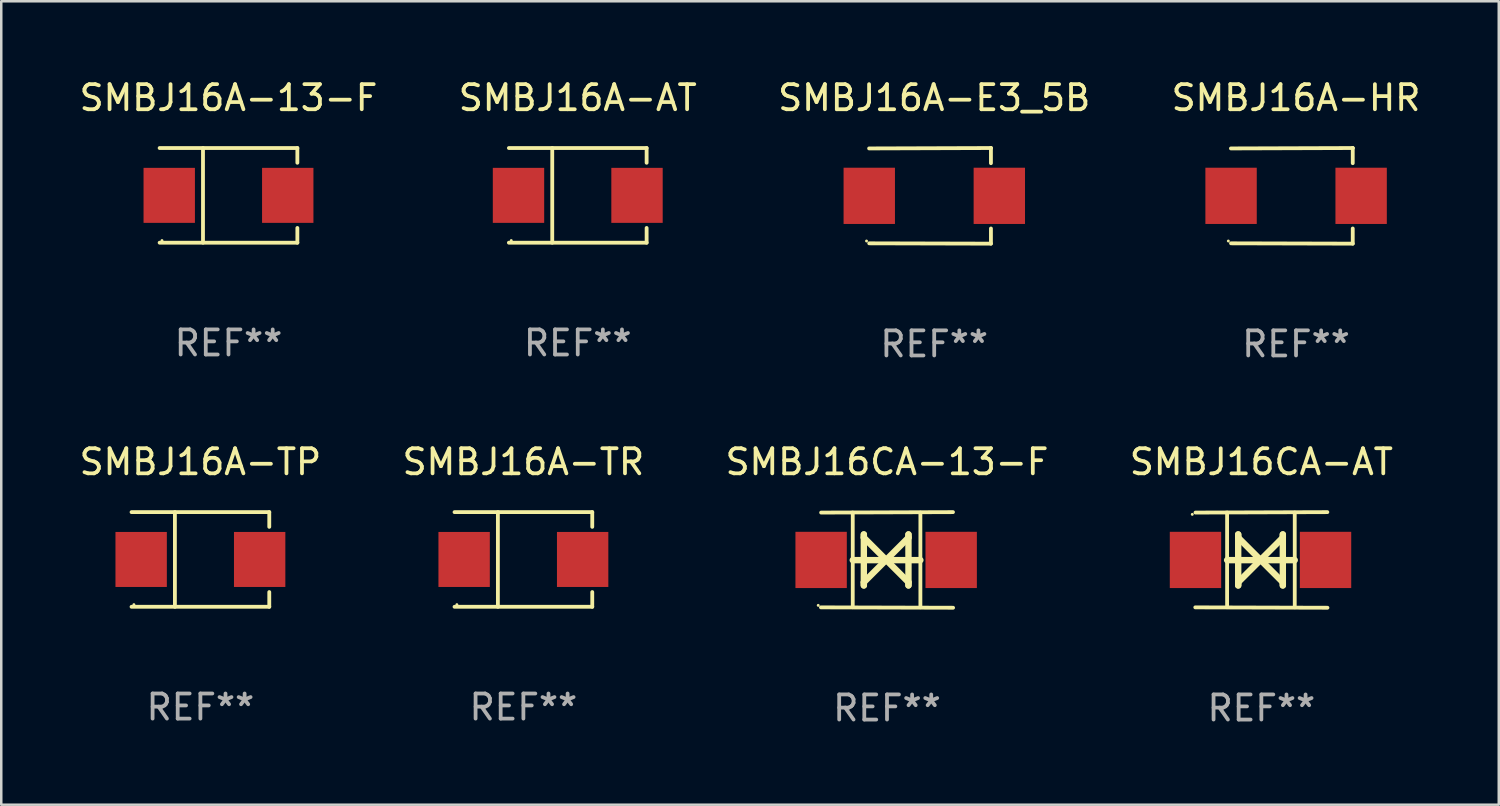
<source format=kicad_pcb>
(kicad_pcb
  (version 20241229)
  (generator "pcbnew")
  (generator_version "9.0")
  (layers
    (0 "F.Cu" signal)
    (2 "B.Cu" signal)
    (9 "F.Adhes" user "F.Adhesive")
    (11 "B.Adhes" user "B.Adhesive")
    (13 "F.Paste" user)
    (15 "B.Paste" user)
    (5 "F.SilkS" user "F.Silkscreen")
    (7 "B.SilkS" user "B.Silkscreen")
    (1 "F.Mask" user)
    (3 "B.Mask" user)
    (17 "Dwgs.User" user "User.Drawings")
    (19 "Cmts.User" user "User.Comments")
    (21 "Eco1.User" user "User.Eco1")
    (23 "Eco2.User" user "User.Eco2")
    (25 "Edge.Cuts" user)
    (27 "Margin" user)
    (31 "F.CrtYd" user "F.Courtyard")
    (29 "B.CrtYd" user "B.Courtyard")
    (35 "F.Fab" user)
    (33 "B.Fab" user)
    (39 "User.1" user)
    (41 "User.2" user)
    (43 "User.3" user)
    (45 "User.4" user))
  (footprint "SMBJ16A-TP"
    (layer "F.Cu")
    (at 4.935 19.241)
    (property "Reference" "SMBJ16A-TP" (at 0 -3.886 0) (layer "F.SilkS") (effects (font (size 1 1) (thickness 0.15))))
    (attr through_hole)
    (fp_line (start -2.744 -1.886) (end 2.744 -1.886) (stroke (width 0.152) (type solid)) (layer "F.SilkS"))
    (fp_line (start -2.744 1.886) (end 2.744 1.886) (stroke (width 0.152) (type solid)) (layer "F.SilkS"))
    (fp_line (start -1.016 -1.886) (end -1.016 1.886) (stroke (width 0.152) (type solid)) (layer "F.SilkS"))
    (fp_line (start 2.744 -1.886) (end 2.744 -1.299) (stroke (width 0.152) (type solid)) (layer "F.SilkS"))
    (fp_line (start 2.744 1.886) (end 2.744 1.299) (stroke (width 0.152) (type solid)) (layer "F.SilkS"))
    (fp_circle (center -2.65 1.8) (end -2.62 1.8) (stroke (width 0.06) (type solid)) (fill no) (layer "F.SilkS"))
    (fp_text user "REF**" (at 0 5.886 0) (layer "F.Fab") (effects (font (size 1 1) (thickness 0.15))))
    (pad "1" smd rect (at -2.361 0) (size 2.047 2.192) (layers "F.Cu" "F.Mask" "F.Paste"))
    (pad "2" smd rect (at 2.361 0) (size 2.047 2.192) (layers "F.Cu" "F.Mask" "F.Paste")))
  (footprint "SMBJ16A-E3_5B"
    (layer "F.Cu")
    (at 34.173 4.753)
    (property "Reference" "SMBJ16A-E3_5B" (at 0 -3.905 0) (layer "F.SilkS") (effects (font (size 1 1) (thickness 0.15))))
    (attr through_hole)
    (fp_line (start 2.256 -1.905) (end -2.594 -1.889) (stroke (width 0.152) (type solid)) (layer "F.SilkS"))
    (fp_line (start 2.256 -1.905) (end 2.26 -1.905) (stroke (width 0.152) (type solid)) (layer "F.SilkS"))
    (fp_line (start 2.26 -1.905) (end 2.26 -1.301) (stroke (width 0.152) (type solid)) (layer "F.SilkS"))
    (fp_line (start 2.26 1.301) (end 2.26 1.905) (stroke (width 0.152) (type solid)) (layer "F.SilkS"))
    (fp_line (start 2.26 1.905) (end -2.59 1.892) (stroke (width 0.152) (type solid)) (layer "F.SilkS"))
    (fp_circle (center -2.697 1.8) (end -2.667 1.8) (stroke (width 0.06) (type solid)) (fill no) (layer "F.SilkS"))
    (fp_text user "REF**" (at 0 5.905 0) (layer "F.Fab") (effects (font (size 1 1) (thickness 0.15))))
    (pad "1" smd rect (at -2.588 0) (size 2.047 2.241) (layers "F.Cu" "F.Mask" "F.Paste"))
    (pad "2" smd rect (at 2.594 0) (size 2.047 2.241) (layers "F.Cu" "F.Mask" "F.Paste")))
  (footprint "SMBJ16A-HR"
    (layer "F.Cu")
    (at 48.589 4.753)
    (property "Reference" "SMBJ16A-HR" (at 0 -3.905 0) (layer "F.SilkS") (effects (font (size 1 1) (thickness 0.15))))
    (attr through_hole)
    (fp_line (start 2.256 -1.905) (end -2.594 -1.889) (stroke (width 0.152) (type solid)) (layer "F.SilkS"))
    (fp_line (start 2.256 -1.905) (end 2.26 -1.905) (stroke (width 0.152) (type solid)) (layer "F.SilkS"))
    (fp_line (start 2.26 -1.905) (end 2.26 -1.301) (stroke (width 0.152) (type solid)) (layer "F.SilkS"))
    (fp_line (start 2.26 1.301) (end 2.26 1.905) (stroke (width 0.152) (type solid)) (layer "F.SilkS"))
    (fp_line (start 2.26 1.905) (end -2.59 1.892) (stroke (width 0.152) (type solid)) (layer "F.SilkS"))
    (fp_circle (center -2.697 1.8) (end -2.667 1.8) (stroke (width 0.06) (type solid)) (fill no) (layer "F.SilkS"))
    (fp_text user "REF**" (at 0 5.905 0) (layer "F.Fab") (effects (font (size 1 1) (thickness 0.15))))
    (pad "1" smd rect (at -2.588 0) (size 2.047 2.241) (layers "F.Cu" "F.Mask" "F.Paste"))
    (pad "2" smd rect (at 2.594 0) (size 2.047 2.241) (layers "F.Cu" "F.Mask" "F.Paste")))
  (footprint "SMBJ16A-TR"
    (layer "F.Cu")
    (at 17.804 19.241)
    (property "Reference" "SMBJ16A-TR" (at 0 -3.886 0) (layer "F.SilkS") (effects (font (size 1 1) (thickness 0.15))))
    (attr through_hole)
    (fp_line (start -2.744 -1.886) (end 2.744 -1.886) (stroke (width 0.152) (type solid)) (layer "F.SilkS"))
    (fp_line (start -2.744 1.886) (end 2.744 1.886) (stroke (width 0.152) (type solid)) (layer "F.SilkS"))
    (fp_line (start -1.016 -1.886) (end -1.016 1.886) (stroke (width 0.152) (type solid)) (layer "F.SilkS"))
    (fp_line (start 2.744 -1.886) (end 2.744 -1.299) (stroke (width 0.152) (type solid)) (layer "F.SilkS"))
    (fp_line (start 2.744 1.886) (end 2.744 1.299) (stroke (width 0.152) (type solid)) (layer "F.SilkS"))
    (fp_circle (center -2.65 1.8) (end -2.62 1.8) (stroke (width 0.06) (type solid)) (fill no) (layer "F.SilkS"))
    (fp_text user "REF**" (at 0 5.886 0) (layer "F.Fab") (effects (font (size 1 1) (thickness 0.15))))
    (pad "1" smd rect (at -2.361 0) (size 2.047 2.192) (layers "F.Cu" "F.Mask" "F.Paste"))
    (pad "2" smd rect (at 2.361 0) (size 2.047 2.192) (layers "F.Cu" "F.Mask" "F.Paste")))
  (footprint "SMBJ16CA-AT"
    (layer "F.Cu")
    (at 47.208 19.26)
    (property "Reference" "SMBJ16CA-AT" (at 0 -3.905 0) (layer "F.SilkS") (effects (font (size 1 1) (thickness 0.15))))
    (attr through_hole)
    (fp_line (start -1.365 1.886) (end -1.365 -1.886) (stroke (width 0.152) (type solid)) (layer "F.SilkS"))
    (fp_line (start -1.365 0.008) (end 1.33 0.008) (stroke (width 0.254) (type solid)) (layer "F.SilkS"))
    (fp_line (start -0.923 -1.016) (end -0.923 1.016) (stroke (width 0.254) (type solid)) (layer "F.SilkS"))
    (fp_line (start -0.923 -0.889) (end -0.923 -1.016) (stroke (width 0.254) (type solid)) (layer "F.SilkS"))
    (fp_line (start -0.923 0.889) (end -0.034 0) (stroke (width 0.254) (type solid)) (layer "F.SilkS"))
    (fp_line (start -0.923 1.016) (end -0.923 0.889) (stroke (width 0.254) (type solid)) (layer "F.SilkS"))
    (fp_line (start -0.034 0) (end -0.923 -0.889) (stroke (width 0.254) (type solid)) (layer "F.SilkS"))
    (fp_line (start -0.034 0) (end 0.855 0.889) (stroke (width 0.254) (type solid)) (layer "F.SilkS"))
    (fp_line (start 0.855 -1.016) (end 0.855 -0.889) (stroke (width 0.254) (type solid)) (layer "F.SilkS"))
    (fp_line (start 0.855 -0.889) (end -0.034 0) (stroke (width 0.254) (type solid)) (layer "F.SilkS"))
    (fp_line (start 0.855 0.889) (end 0.855 1.016) (stroke (width 0.254) (type solid)) (layer "F.SilkS"))
    (fp_line (start 0.855 1.016) (end 0.855 -1.016) (stroke (width 0.254) (type solid)) (layer "F.SilkS"))
    (fp_line (start 1.33 1.886) (end 1.33 -1.886) (stroke (width 0.152) (type solid)) (layer "F.SilkS"))
    (fp_line (start 2.629 -1.905) (end -2.625 -1.887) (stroke (width 0.152) (type solid)) (layer "F.SilkS"))
    (fp_line (start 2.633 1.905) (end -2.633 1.89) (stroke (width 0.152) (type solid)) (layer "F.SilkS"))
    (fp_circle (center -2.753 -1.816) (end -2.723 -1.816) (stroke (width 0.06) (type solid)) (fill no) (layer "F.SilkS"))
    (fp_text user "REF**" (at 0 5.905 0) (layer "F.Fab") (effects (font (size 1 1) (thickness 0.15))))
    (pad "1" smd rect (at -2.625 0) (size 2.047 2.241) (layers "F.Cu" "F.Mask" "F.Paste"))
    (pad "2" smd rect (at 2.557 0) (size 2.047 2.241) (layers "F.Cu" "F.Mask" "F.Paste")))
  (footprint "SMBJ16A-13-F"
    (layer "F.Cu")
    (at 6.054 4.734)
    (property "Reference" "SMBJ16A-13-F" (at 0 -3.886 0) (layer "F.SilkS") (effects (font (size 1 1) (thickness 0.15))))
    (attr through_hole)
    (fp_line (start -2.744 -1.886) (end 2.744 -1.886) (stroke (width 0.152) (type solid)) (layer "F.SilkS"))
    (fp_line (start -2.744 1.886) (end 2.744 1.886) (stroke (width 0.152) (type solid)) (layer "F.SilkS"))
    (fp_line (start -1.016 -1.886) (end -1.016 1.886) (stroke (width 0.152) (type solid)) (layer "F.SilkS"))
    (fp_line (start 2.744 -1.886) (end 2.744 -1.299) (stroke (width 0.152) (type solid)) (layer "F.SilkS"))
    (fp_line (start 2.744 1.886) (end 2.744 1.299) (stroke (width 0.152) (type solid)) (layer "F.SilkS"))
    (fp_circle (center -2.65 1.8) (end -2.62 1.8) (stroke (width 0.06) (type solid)) (fill no) (layer "F.SilkS"))
    (fp_text user "REF**" (at 0 5.886 0) (layer "F.Fab") (effects (font (size 1 1) (thickness 0.15))))
    (pad "1" smd rect (at -2.361 0) (size 2.047 2.192) (layers "F.Cu" "F.Mask" "F.Paste"))
    (pad "2" smd rect (at 2.361 0) (size 2.047 2.192) (layers "F.Cu" "F.Mask" "F.Paste")))
  (footprint "SMBJ16A-AT"
    (layer "F.Cu")
    (at 19.97 4.734)
    (property "Reference" "SMBJ16A-AT" (at 0 -3.886 0) (layer "F.SilkS") (effects (font (size 1 1) (thickness 0.15))))
    (attr through_hole)
    (fp_line (start -2.744 -1.886) (end 2.744 -1.886) (stroke (width 0.152) (type solid)) (layer "F.SilkS"))
    (fp_line (start -2.744 1.886) (end 2.744 1.886) (stroke (width 0.152) (type solid)) (layer "F.SilkS"))
    (fp_line (start -1.016 -1.886) (end -1.016 1.886) (stroke (width 0.152) (type solid)) (layer "F.SilkS"))
    (fp_line (start 2.744 -1.886) (end 2.744 -1.299) (stroke (width 0.152) (type solid)) (layer "F.SilkS"))
    (fp_line (start 2.744 1.886) (end 2.744 1.299) (stroke (width 0.152) (type solid)) (layer "F.SilkS"))
    (fp_circle (center -2.65 1.8) (end -2.62 1.8) (stroke (width 0.06) (type solid)) (fill no) (layer "F.SilkS"))
    (fp_text user "REF**" (at 0 5.886 0) (layer "F.Fab") (effects (font (size 1 1) (thickness 0.15))))
    (pad "1" smd rect (at -2.361 0) (size 2.047 2.192) (layers "F.Cu" "F.Mask" "F.Paste"))
    (pad "2" smd rect (at 2.361 0) (size 2.047 2.192) (layers "F.Cu" "F.Mask" "F.Paste")))
  (footprint "SMBJ16CA-13-F"
    (layer "F.Cu")
    (at 32.292 19.26)
    (property "Reference" "SMBJ16CA-13-F" (at 0 -3.905 0) (layer "F.SilkS") (effects (font (size 1 1) (thickness 0.15))))
    (attr through_hole)
    (fp_line (start -1.365 1.886) (end -1.365 -1.886) (stroke (width 0.152) (type solid)) (layer "F.SilkS"))
    (fp_line (start -1.365 0.008) (end 1.33 0.008) (stroke (width 0.254) (type solid)) (layer "F.SilkS"))
    (fp_line (start -0.923 -1.016) (end -0.923 1.016) (stroke (width 0.254) (type solid)) (layer "F.SilkS"))
    (fp_line (start -0.923 -0.889) (end -0.923 -1.016) (stroke (width 0.254) (type solid)) (layer "F.SilkS"))
    (fp_line (start -0.923 0.889) (end -0.034 0) (stroke (width 0.254) (type solid)) (layer "F.SilkS"))
    (fp_line (start -0.923 1.016) (end -0.923 0.889) (stroke (width 0.254) (type solid)) (layer "F.SilkS"))
    (fp_line (start -0.034 0) (end -0.923 -0.889) (stroke (width 0.254) (type solid)) (layer "F.SilkS"))
    (fp_line (start -0.034 0) (end 0.855 0.889) (stroke (width 0.254) (type solid)) (layer "F.SilkS"))
    (fp_line (start 0.855 -1.016) (end 0.855 -0.889) (stroke (width 0.254) (type solid)) (layer "F.SilkS"))
    (fp_line (start 0.855 -0.889) (end -0.034 0) (stroke (width 0.254) (type solid)) (layer "F.SilkS"))
    (fp_line (start 0.855 0.889) (end 0.855 1.016) (stroke (width 0.254) (type solid)) (layer "F.SilkS"))
    (fp_line (start 0.855 1.016) (end 0.855 -1.016) (stroke (width 0.254) (type solid)) (layer "F.SilkS"))
    (fp_line (start 1.33 1.886) (end 1.33 -1.886) (stroke (width 0.152) (type solid)) (layer "F.SilkS"))
    (fp_line (start 2.629 -1.905) (end -2.625 -1.887) (stroke (width 0.152) (type solid)) (layer "F.SilkS"))
    (fp_line (start 2.633 1.905) (end -2.633 1.89) (stroke (width 0.152) (type solid)) (layer "F.SilkS"))
    (fp_circle (center -2.741 1.81) (end -2.711 1.81) (stroke (width 0.06) (type solid)) (fill no) (layer "F.SilkS"))
    (fp_text user "REF**" (at 0 5.905 0) (layer "F.Fab") (effects (font (size 1 1) (thickness 0.15))))
    (pad "1" smd rect (at -2.625 0) (size 2.047 2.241) (layers "F.Cu" "F.Mask" "F.Paste"))
    (pad "2" smd rect (at 2.557 0) (size 2.047 2.241) (layers "F.Cu" "F.Mask" "F.Paste")))
  (gr_rect
    (start -3 -3)
    (end 56.667 29.013)
    (stroke (width 0.1) (type default))
    (fill no)
    (layer "Edge.Cuts")))
</source>
